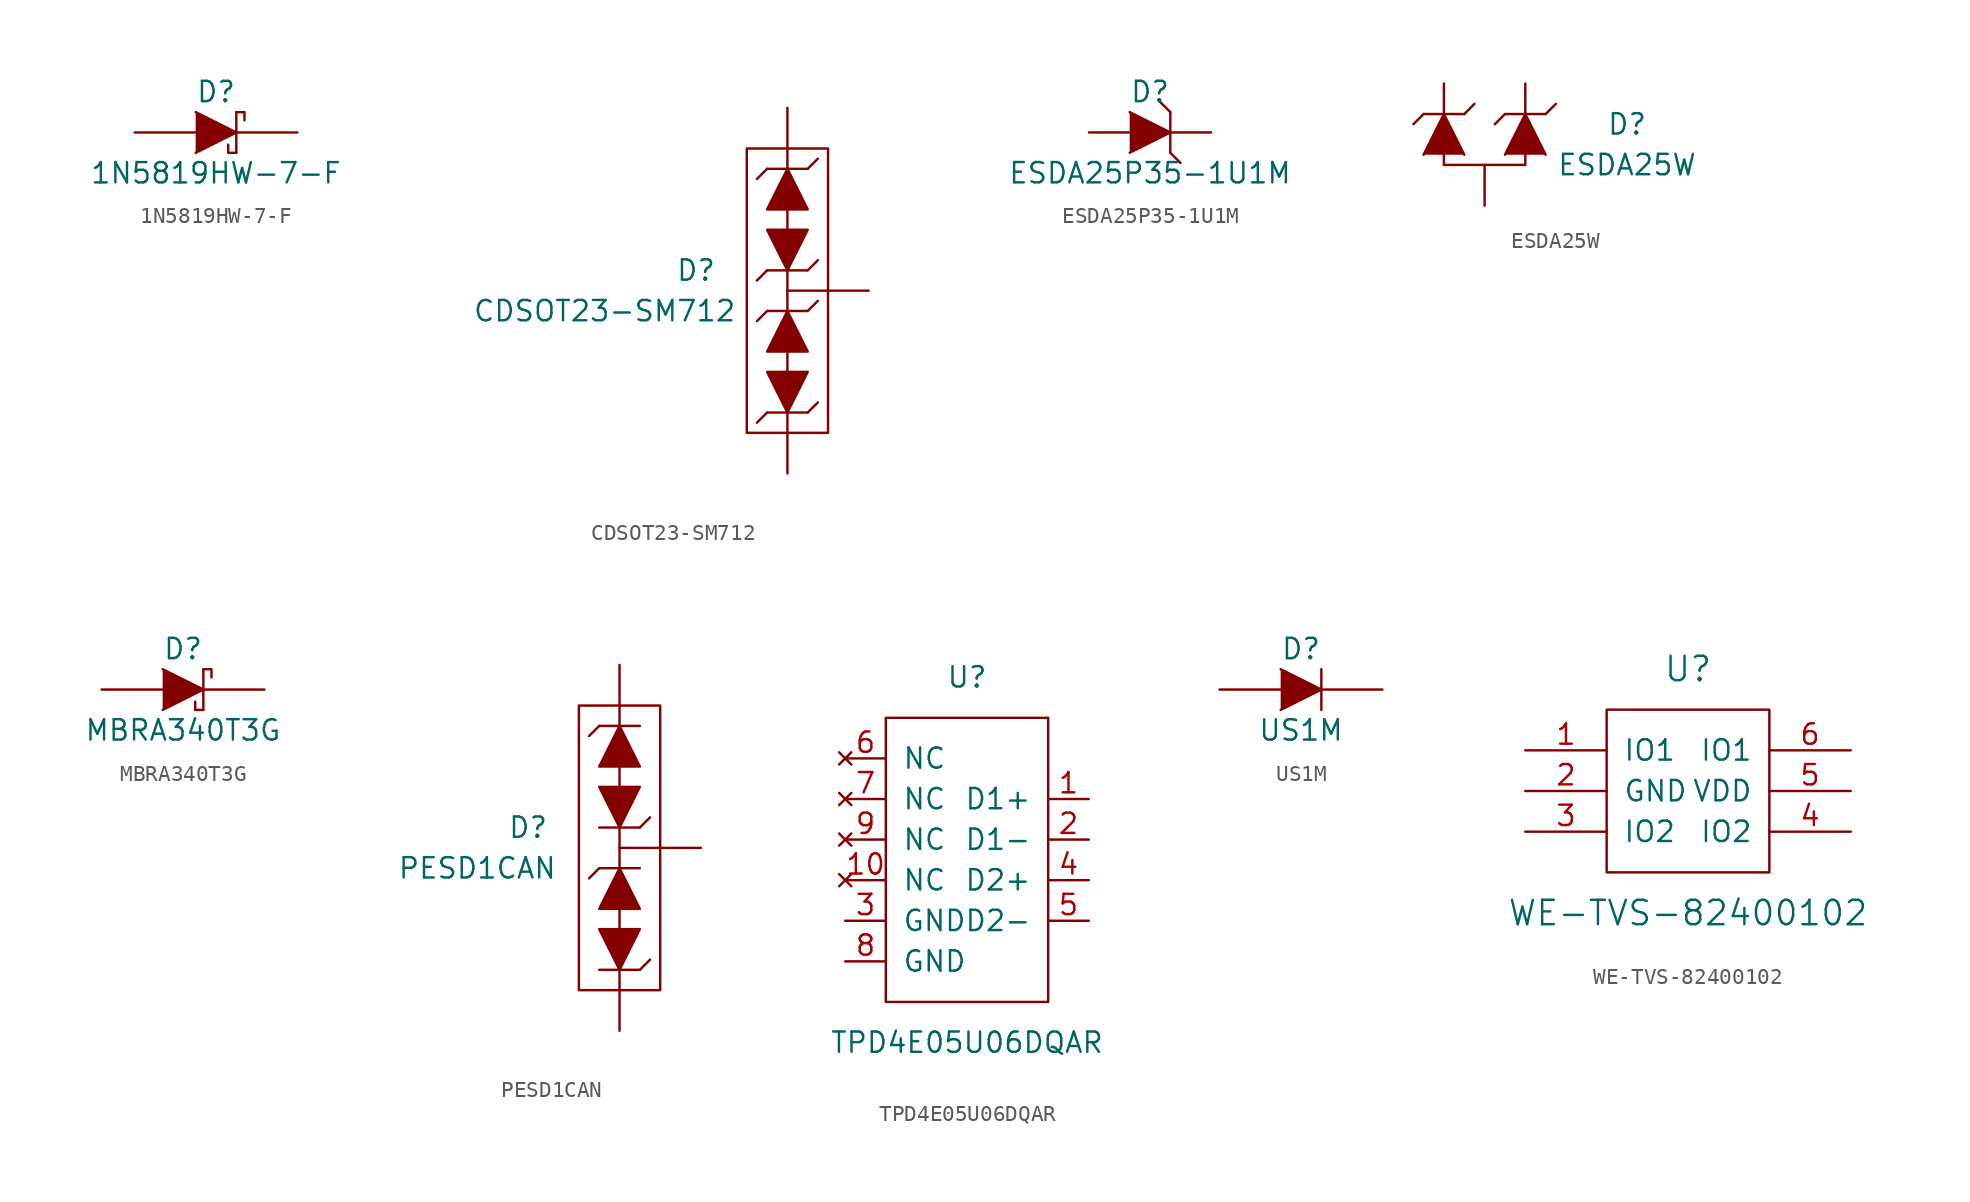
<source format=kicad_sym>
(kicad_symbol_lib
  (version 20201005)
  (generator kicad_symbol_editor)
  (symbol "1N5819HW-7-F"
    (pin_numbers hide)
    (pin_names
      (offset 1.016) hide)
    (property "Reference" "D"
      (at 0 2.54 0)
      (effects (font (size 1.27 1.27))))
    (property "Value" "1N5819HW-7-F"
      (at 0 -2.54 0)
      (effects (font (size 1.27 1.27))))
    (symbol "1N5819HW-7-F_0_1"
      (polyline (pts (xy 1.27 1.27) (xy 1.27 -1.27)) (stroke (width 0.152)) (fill (type none)))
      (polyline (pts (xy -1.27 1.27) (xy 1.27 0) (xy -1.27 -1.27)) (stroke (width 0)) (fill (type outline)))
      (polyline (pts (xy 1.27 -1.27) (xy 0.762 -1.27) (xy 0.762 -0.762)) (stroke (width 0)) (fill (type none)))
      (polyline (pts (xy 1.27 1.27) (xy 1.778 1.27) (xy 1.778 0.762)) (stroke (width 0)) (fill (type none))))
    (symbol "1N5819HW-7-F_1_1"
      (pin passive line (at -5.08 0 0) (length 3.81) (name "A" (effects (font (size 1.016 1.016)))) (number "1" (effects (font (size 1.016 1.016)))))
      (pin passive line (at 5.08 0 180) (length 3.81) (name "K" (effects (font (size 1.016 1.016)))) (number "2" (effects (font (size 1.016 1.016)))))))
  (symbol "CDSOT23-SM712"
    (pin_numbers hide)
    (pin_names
      (offset 1.016) hide)
    (property "Reference" "D"
      (at -5.715 1.27 0)
      (effects (font (size 1.27 1.27))))
    (property "Value" "CDSOT23-SM712"
      (at -11.43 -1.27 0)
      (effects (font (size 1.27 1.27))))
    (symbol "CDSOT23-SM712_0_1"
      (rectangle (start -2.54 8.89) (end 2.54 -8.89) (stroke (width 0)) (fill (type none)))
      (polyline (pts (xy -1.27 -7.62) (xy -1.905 -8.255)) (stroke (width 0)) (fill (type none)))
      (polyline (pts (xy -1.27 -7.62) (xy 1.27 -7.62)) (stroke (width 0)) (fill (type none)))
      (polyline (pts (xy -1.27 -1.27) (xy -1.905 -1.905)) (stroke (width 0)) (fill (type none)))
      (polyline (pts (xy -1.27 -1.27) (xy 1.27 -1.27)) (stroke (width 0)) (fill (type none)))
      (polyline (pts (xy -1.27 1.27) (xy -1.905 0.635)) (stroke (width 0)) (fill (type none)))
      (polyline (pts (xy -1.27 1.27) (xy 1.27 1.27)) (stroke (width 0)) (fill (type none)))
      (polyline (pts (xy -1.27 7.62) (xy -1.905 6.985)) (stroke (width 0)) (fill (type none)))
      (polyline (pts (xy -1.27 7.62) (xy 1.27 7.62)) (stroke (width 0)) (fill (type none)))
      (polyline (pts (xy 0 -5.08) (xy 0 -3.81)) (stroke (width 0)) (fill (type none)))
      (polyline (pts (xy 0 -1.27) (xy 0 1.27)) (stroke (width 0)) (fill (type none)))
      (polyline (pts (xy 0 5.08) (xy 0 3.81)) (stroke (width 0)) (fill (type none)))
      (polyline (pts (xy 1.27 -7.62) (xy 1.905 -6.985)) (stroke (width 0)) (fill (type none)))
      (polyline (pts (xy 1.27 -1.27) (xy 1.905 -0.635)) (stroke (width 0)) (fill (type none)))
      (polyline (pts (xy 1.27 1.27) (xy 1.905 1.905)) (stroke (width 0)) (fill (type none)))
      (polyline (pts (xy 1.27 7.62) (xy 1.905 8.255)) (stroke (width 0)) (fill (type none)))
      (polyline (pts (xy -1.27 -5.08) (xy 1.27 -5.08) (xy 0 -7.62) (xy -1.27 -5.08)) (stroke (width 0)) (fill (type outline)))
      (polyline (pts (xy -1.27 3.81) (xy 1.27 3.81) (xy 0 1.27) (xy -1.27 3.81)) (stroke (width 0)) (fill (type outline)))
      (polyline (pts (xy -1.27 5.08) (xy 1.27 5.08) (xy 0 7.62) (xy -1.27 5.08)) (stroke (width 0)) (fill (type outline)))
      (polyline (pts (xy 0 -1.27) (xy -1.27 -3.81) (xy 1.27 -3.81) (xy 0 -1.27)) (stroke (width 0)) (fill (type outline))))
    (symbol "CDSOT23-SM712_1_1"
      (pin passive line (at 0 11.43 270) (length 3.81) (name "K1" (effects (font (size 1.016 1.016)))) (number "1" (effects (font (size 1.016 1.016)))))
      (pin passive line (at 0 -11.43 90) (length 3.81) (name "K2" (effects (font (size 1.016 1.016)))) (number "2" (effects (font (size 1.016 1.016)))))
      (pin unspecified line (at 5.08 0 180) (length 5.08) (name "K3" (effects (font (size 1.27 1.27)))) (number "3" (effects (font (size 1.27 1.27)))))))
  (symbol "ESDA25P35-1U1M"
    (pin_numbers hide)
    (pin_names
      (offset 1.016) hide)
    (property "Reference" "D"
      (at 0 2.54 0)
      (effects (font (size 1.27 1.27))))
    (property "Value" "ESDA25P35-1U1M"
      (at 0 -2.54 0)
      (effects (font (size 1.27 1.27))))
    (symbol "ESDA25P35-1U1M_0_1"
      (polyline (pts (xy 1.27 -1.27) (xy 1.905 -1.905)) (stroke (width 0)) (fill (type none)))
      (polyline (pts (xy 1.27 1.27) (xy 0.635 1.905)) (stroke (width 0)) (fill (type none)))
      (polyline (pts (xy 1.27 1.27) (xy 1.27 -1.27)) (stroke (width 0.152)) (fill (type none)))
      (polyline (pts (xy -1.27 1.27) (xy 1.27 0) (xy -1.27 -1.27)) (stroke (width 0)) (fill (type outline))))
    (symbol "ESDA25P35-1U1M_1_1"
      (pin passive line (at -3.81 0 0) (length 2.54) (name "A" (effects (font (size 1.016 1.016)))) (number "1" (effects (font (size 1.016 1.016)))))
      (pin passive line (at 3.81 0 180) (length 2.54) (name "K" (effects (font (size 1.016 1.016)))) (number "2" (effects (font (size 1.016 1.016)))))))
  (symbol "ESDA25W"
    (pin_numbers hide)
    (pin_names
      (offset 1.016) hide)
    (property "Reference" "D"
      (at 8.89 1.27 0)
      (effects (font (size 1.27 1.27))))
    (property "Value" "ESDA25W"
      (at 8.89 -1.27 0)
      (effects (font (size 1.27 1.27))))
    (symbol "ESDA25W_0_1"
      (polyline (pts (xy -3.81 1.905) (xy -4.445 1.27)) (stroke (width 0)) (fill (type none)))
      (polyline (pts (xy -3.81 1.905) (xy -1.27 1.905)) (stroke (width 0.152)) (fill (type none)))
      (polyline (pts (xy -1.27 1.905) (xy -0.635 2.54)) (stroke (width 0)) (fill (type none)))
      (polyline (pts (xy -3.81 -0.635) (xy -2.54 1.905) (xy -1.27 -0.635)) (stroke (width 0)) (fill (type outline)))
      (polyline (pts (xy 2.54 0) (xy 2.54 -1.27) (xy -2.54 -1.27) (xy -2.54 0)) (stroke (width 0)) (fill (type none))))
    (symbol "ESDA25W_1_1"
      (polyline (pts (xy 1.27 1.905) (xy 0.635 1.27)) (stroke (width 0)) (fill (type none)))
      (polyline (pts (xy 1.27 1.905) (xy 3.81 1.905)) (stroke (width 0.152)) (fill (type none)))
      (polyline (pts (xy 3.81 1.905) (xy 4.445 2.54)) (stroke (width 0)) (fill (type none)))
      (polyline (pts (xy 1.27 -0.635) (xy 2.54 1.905) (xy 3.81 -0.635)) (stroke (width 0)) (fill (type outline)))
      (pin passive line (at -2.54 3.81 270) (length 2.54) (name "K" (effects (font (size 1.016 1.016)))) (number "1" (effects (font (size 1.016 1.016)))))
      (pin passive line (at 2.54 3.81 270) (length 2.54) (name "K" (effects (font (size 1.016 1.016)))) (number "2" (effects (font (size 1.016 1.016)))))
      (pin passive line (at 0 -3.81 90) (length 2.54) (name "A" (effects (font (size 1.016 1.016)))) (number "3" (effects (font (size 1.016 1.016)))))))
  (symbol "MBRA340T3G"
    (pin_numbers hide)
    (pin_names
      (offset 1.016) hide)
    (property "Reference" "D"
      (at 0 2.54 0)
      (effects (font (size 1.27 1.27))))
    (property "Value" "MBRA340T3G"
      (at 0 -2.54 0)
      (effects (font (size 1.27 1.27))))
    (symbol "MBRA340T3G_0_1"
      (polyline (pts (xy 0.762 -1.27) (xy 0.762 -0.762)) (stroke (width 0)) (fill (type none)))
      (polyline (pts (xy 0.762 -1.27) (xy 1.27 -1.27)) (stroke (width 0)) (fill (type none)))
      (polyline (pts (xy 1.27 1.27) (xy 1.27 -1.27)) (stroke (width 0.152)) (fill (type none)))
      (polyline (pts (xy -1.27 1.27) (xy 1.27 0) (xy -1.27 -1.27)) (stroke (width 0)) (fill (type outline)))
      (polyline (pts (xy 1.27 1.27) (xy 1.778 1.27) (xy 1.778 0.762)) (stroke (width 0)) (fill (type none))))
    (symbol "MBRA340T3G_1_1"
      (pin passive line (at -5.08 0 0) (length 3.81) (name "A" (effects (font (size 1.016 1.016)))) (number "1" (effects (font (size 1.016 1.016)))))
      (pin passive line (at 5.08 0 180) (length 3.81) (name "K" (effects (font (size 1.016 1.016)))) (number "2" (effects (font (size 1.016 1.016)))))))
  (symbol "PESD1CAN"
    (pin_numbers hide)
    (pin_names
      (offset 1.016) hide)
    (property "Reference" "D"
      (at -5.715 1.27 0)
      (effects (font (size 1.27 1.27))))
    (property "Value" "PESD1CAN"
      (at -8.89 -1.27 0)
      (effects (font (size 1.27 1.27))))
    (symbol "PESD1CAN_0_1"
      (rectangle (start -2.54 8.89) (end 2.54 -8.89) (stroke (width 0)) (fill (type none)))
      (polyline (pts (xy -1.27 -7.62) (xy 1.27 -7.62)) (stroke (width 0)) (fill (type none)))
      (polyline (pts (xy -1.27 -1.27) (xy -1.905 -1.905)) (stroke (width 0)) (fill (type none)))
      (polyline (pts (xy -1.27 -1.27) (xy 1.27 -1.27)) (stroke (width 0)) (fill (type none)))
      (polyline (pts (xy -1.27 1.27) (xy 1.27 1.27)) (stroke (width 0)) (fill (type none)))
      (polyline (pts (xy -1.27 7.62) (xy -1.905 6.985)) (stroke (width 0)) (fill (type none)))
      (polyline (pts (xy -1.27 7.62) (xy 1.27 7.62)) (stroke (width 0)) (fill (type none)))
      (polyline (pts (xy 0 -5.08) (xy 0 -3.81)) (stroke (width 0)) (fill (type none)))
      (polyline (pts (xy 0 -1.27) (xy 0 1.27)) (stroke (width 0)) (fill (type none)))
      (polyline (pts (xy 0 5.08) (xy 0 3.81)) (stroke (width 0)) (fill (type none)))
      (polyline (pts (xy 1.27 -7.62) (xy 1.905 -6.985)) (stroke (width 0)) (fill (type none)))
      (polyline (pts (xy 1.27 1.27) (xy 1.905 1.905)) (stroke (width 0)) (fill (type none)))
      (polyline (pts (xy -1.27 -5.08) (xy 1.27 -5.08) (xy 0 -7.62) (xy -1.27 -5.08)) (stroke (width 0)) (fill (type outline)))
      (polyline (pts (xy -1.27 3.81) (xy 1.27 3.81) (xy 0 1.27) (xy -1.27 3.81)) (stroke (width 0)) (fill (type outline)))
      (polyline (pts (xy -1.27 5.08) (xy 1.27 5.08) (xy 0 7.62) (xy -1.27 5.08)) (stroke (width 0)) (fill (type outline)))
      (polyline (pts (xy 0 -1.27) (xy -1.27 -3.81) (xy 1.27 -3.81) (xy 0 -1.27)) (stroke (width 0)) (fill (type outline))))
    (symbol "PESD1CAN_1_1"
      (pin passive line (at 0 11.43 270) (length 3.81) (name "K1" (effects (font (size 1.016 1.016)))) (number "1" (effects (font (size 1.016 1.016)))))
      (pin passive line (at 0 -11.43 90) (length 3.81) (name "K2" (effects (font (size 1.016 1.016)))) (number "2" (effects (font (size 1.016 1.016)))))
      (pin unspecified line (at 5.08 0 180) (length 5.08) (name "K3" (effects (font (size 1.27 1.27)))) (number "3" (effects (font (size 1.27 1.27)))))))
  (symbol "TPD4E05U06DQAR"
    (pin_names
      (offset 1.016))
    (property "Reference" "U"
      (at 0 12.7 0)
      (effects (font (size 1.27 1.27))))
    (property "Value" "TPD4E05U06DQAR"
      (at 0 -10.16 0)
      (effects (font (size 1.27 1.27))))
    (symbol "TPD4E05U06DQAR_0_1"
      (rectangle (start 5.08 -7.62) (end -5.08 10.16) (stroke (width 0)) (fill (type none))))
    (symbol "TPD4E05U06DQAR_1_1"
      (pin passive line (at 7.62 5.08 180) (length 2.54) (name "D1+" (effects (font (size 1.27 1.27)))) (number "1" (effects (font (size 1.27 1.27)))))
      (pin unconnected line (at -7.62 0 0) (length 2.54) (name "NC" (effects (font (size 1.27 1.27)))) (number "10" (effects (font (size 1.27 1.27)))))
      (pin passive line (at 7.62 2.54 180) (length 2.54) (name "D1-" (effects (font (size 1.27 1.27)))) (number "2" (effects (font (size 1.27 1.27)))))
      (pin power_in line (at -7.62 -2.54 0) (length 2.54) (name "GND" (effects (font (size 1.27 1.27)))) (number "3" (effects (font (size 1.27 1.27)))))
      (pin passive line (at 7.62 0 180) (length 2.54) (name "D2+" (effects (font (size 1.27 1.27)))) (number "4" (effects (font (size 1.27 1.27)))))
      (pin passive line (at 7.62 -2.54 180) (length 2.54) (name "D2-" (effects (font (size 1.27 1.27)))) (number "5" (effects (font (size 1.27 1.27)))))
      (pin unconnected line (at -7.62 7.62 0) (length 2.54) (name "NC" (effects (font (size 1.27 1.27)))) (number "6" (effects (font (size 1.27 1.27)))))
      (pin unconnected line (at -7.62 5.08 0) (length 2.54) (name "NC" (effects (font (size 1.27 1.27)))) (number "7" (effects (font (size 1.27 1.27)))))
      (pin power_in line (at -7.62 -5.08 0) (length 2.54) (name "GND" (effects (font (size 1.27 1.27)))) (number "8" (effects (font (size 1.27 1.27)))))
      (pin unconnected line (at -7.62 2.54 0) (length 2.54) (name "NC" (effects (font (size 1.27 1.27)))) (number "9" (effects (font (size 1.27 1.27)))))))
  (symbol "US1M"
    (pin_numbers hide)
    (pin_names
      (offset 1.016) hide)
    (property "Reference" "D"
      (at 0 2.54 0)
      (effects (font (size 1.27 1.27))))
    (property "Value" "US1M"
      (at 0 -2.54 0)
      (effects (font (size 1.27 1.27))))
    (symbol "US1M_0_1"
      (polyline (pts (xy 1.27 1.27) (xy 1.27 -1.27)) (stroke (width 0.152)) (fill (type none)))
      (polyline (pts (xy -1.27 1.27) (xy 1.27 0) (xy -1.27 -1.27)) (stroke (width 0)) (fill (type outline))))
    (symbol "US1M_1_1"
      (pin passive line (at -5.08 0 0) (length 3.81) (name "A" (effects (font (size 1.016 1.016)))) (number "1" (effects (font (size 1.016 1.016)))))
      (pin passive line (at 5.08 0 180) (length 3.81) (name "K" (effects (font (size 1.016 1.016)))) (number "2" (effects (font (size 1.016 1.016)))))))
  (symbol "WE-TVS-82400102"
    (pin_names
      (offset 1.016))
    (property "Reference" "U"
      (at 0 7.62 0)
      (effects (font (size 1.524 1.524))))
    (property "Value" "WE-TVS-82400102"
      (at 0 -7.62 0)
      (effects (font (size 1.524 1.524))))
    (symbol "WE-TVS-82400102_0_0"
      (pin bidirectional line (at -10.16 2.54 0) (length 5.08) (name "IO1" (effects (font (size 1.27 1.27)))) (number "1" (effects (font (size 1.27 1.27)))))
      (pin power_in line (at -10.16 0 0) (length 5.08) (name "GND" (effects (font (size 1.27 1.27)))) (number "2" (effects (font (size 1.27 1.27)))))
      (pin bidirectional line (at -10.16 -2.54 0) (length 5.08) (name "IO2" (effects (font (size 1.27 1.27)))) (number "3" (effects (font (size 1.27 1.27)))))
      (pin bidirectional line (at 10.16 -2.54 180) (length 5.08) (name "IO2" (effects (font (size 1.27 1.27)))) (number "4" (effects (font (size 1.27 1.27)))))
      (pin power_in line (at 10.16 0 180) (length 5.08) (name "VDD" (effects (font (size 1.27 1.27)))) (number "5" (effects (font (size 1.27 1.27)))))
      (pin bidirectional line (at 10.16 2.54 180) (length 5.08) (name "IO1" (effects (font (size 1.27 1.27)))) (number "6" (effects (font (size 1.27 1.27))))))
    (symbol "WE-TVS-82400102_0_1"
      (rectangle (start -5.08 5.08) (end 5.08 -5.08) (stroke (width 0)) (fill (type none))))))
</source>
